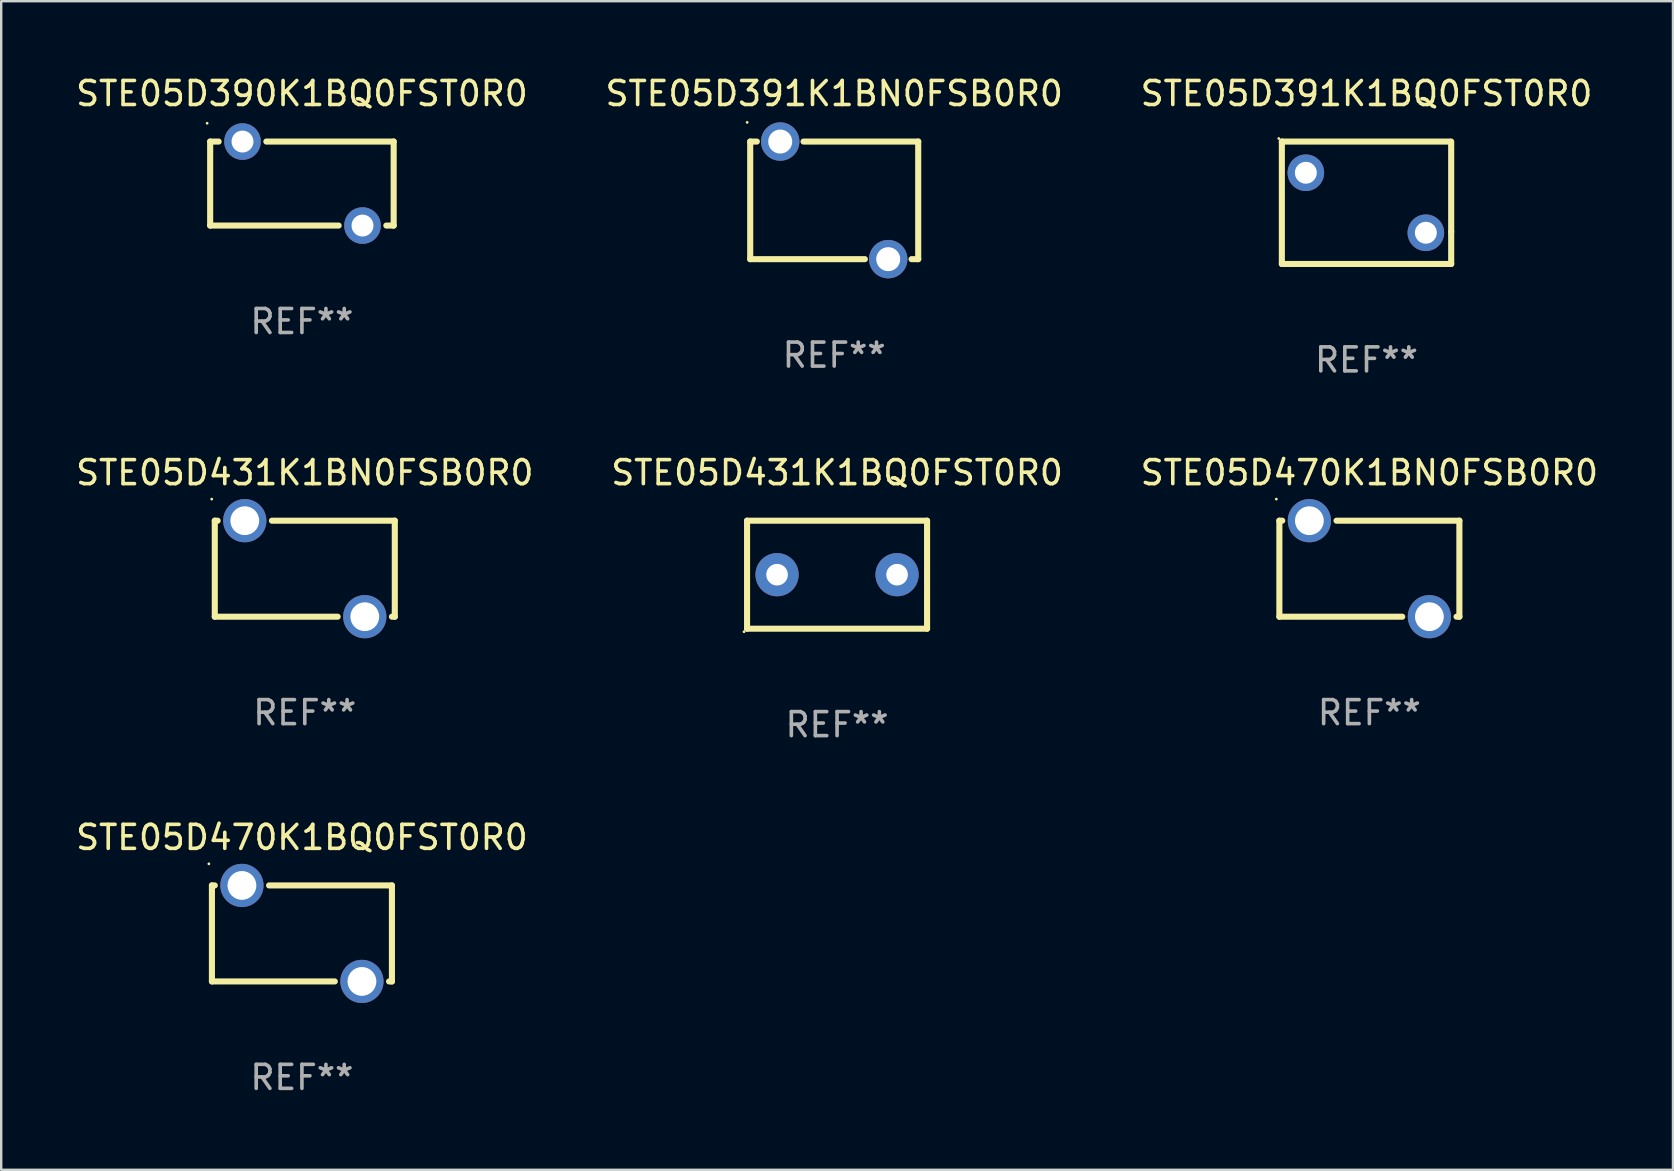
<source format=kicad_pcb>
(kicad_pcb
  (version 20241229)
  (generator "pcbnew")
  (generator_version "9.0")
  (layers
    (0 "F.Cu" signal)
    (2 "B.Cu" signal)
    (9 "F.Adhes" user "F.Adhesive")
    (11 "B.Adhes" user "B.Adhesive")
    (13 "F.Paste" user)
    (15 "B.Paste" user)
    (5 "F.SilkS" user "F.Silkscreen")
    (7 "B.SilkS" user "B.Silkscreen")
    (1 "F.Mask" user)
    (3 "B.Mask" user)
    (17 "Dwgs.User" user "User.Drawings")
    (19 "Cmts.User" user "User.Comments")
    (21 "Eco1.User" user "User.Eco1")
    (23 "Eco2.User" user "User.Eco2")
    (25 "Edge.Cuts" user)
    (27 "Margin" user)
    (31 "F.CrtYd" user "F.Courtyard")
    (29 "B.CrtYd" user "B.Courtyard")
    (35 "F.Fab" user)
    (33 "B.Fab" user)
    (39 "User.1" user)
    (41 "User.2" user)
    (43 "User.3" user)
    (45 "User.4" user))
  (footprint "STE05D431K1BN0FSB0R0"
    (layer "F.Cu")
    (at 9.649 20.645)
    (property "Reference" "STE05D431K1BN0FSB0R0" (at 0 -4 0) (layer "F.SilkS") (effects (font (size 1 1) (thickness 0.15))))
    (attr through_hole)
    (fp_line (start -3.75 -2) (end -3.631 -2) (stroke (width 0.254) (type solid)) (layer "F.SilkS"))
    (fp_line (start -3.75 2) (end -3.75 -2) (stroke (width 0.254) (type solid)) (layer "F.SilkS"))
    (fp_line (start -1.369 -2) (end 3.75 -2) (stroke (width 0.254) (type solid)) (layer "F.SilkS"))
    (fp_line (start 1.369 2) (end -3.75 2) (stroke (width 0.254) (type solid)) (layer "F.SilkS"))
    (fp_line (start 3.75 -2) (end 3.75 2) (stroke (width 0.254) (type solid)) (layer "F.SilkS"))
    (fp_line (start 3.75 2) (end 3.631 2) (stroke (width 0.254) (type solid)) (layer "F.SilkS"))
    (fp_circle (center -3.877 -2.9) (end -3.847 -2.9) (stroke (width 0.06) (type solid)) (fill no) (layer "F.SilkS"))
    (fp_text user "REF**" (at 0 6 0) (layer "F.Fab") (effects (font (size 1 1) (thickness 0.15))))
    (pad "1" thru_hole circle (at -2.5 -2) (size 1.8 1.8) (drill 1.2) (layers "*.Cu" "*.Mask"))
    (pad "2" thru_hole circle (at 2.5 2) (size 1.8 1.8) (drill 1.2) (layers "*.Cu" "*.Mask")))
  (footprint "STE05D470K1BN0FSB0R0"
    (layer "F.Cu")
    (at 54.006 20.645)
    (property "Reference" "STE05D470K1BN0FSB0R0" (at 0 -4 0) (layer "F.SilkS") (effects (font (size 1 1) (thickness 0.15))))
    (attr through_hole)
    (fp_line (start -3.75 -2) (end -3.631 -2) (stroke (width 0.254) (type solid)) (layer "F.SilkS"))
    (fp_line (start -3.75 2) (end -3.75 -2) (stroke (width 0.254) (type solid)) (layer "F.SilkS"))
    (fp_line (start -1.369 -2) (end 3.75 -2) (stroke (width 0.254) (type solid)) (layer "F.SilkS"))
    (fp_line (start 1.369 2) (end -3.75 2) (stroke (width 0.254) (type solid)) (layer "F.SilkS"))
    (fp_line (start 3.75 -2) (end 3.75 2) (stroke (width 0.254) (type solid)) (layer "F.SilkS"))
    (fp_line (start 3.75 2) (end 3.631 2) (stroke (width 0.254) (type solid)) (layer "F.SilkS"))
    (fp_circle (center -3.877 -2.9) (end -3.847 -2.9) (stroke (width 0.06) (type solid)) (fill no) (layer "F.SilkS"))
    (fp_text user "REF**" (at 0 6 0) (layer "F.Fab") (effects (font (size 1 1) (thickness 0.15))))
    (pad "1" thru_hole circle (at -2.5 -2) (size 1.8 1.8) (drill 1.2) (layers "*.Cu" "*.Mask"))
    (pad "2" thru_hole circle (at 2.5 2) (size 1.8 1.8) (drill 1.2) (layers "*.Cu" "*.Mask")))
  (footprint "STE05D391K1BQ0FST0R0"
    (layer "F.Cu")
    (at 53.887 5.398)
    (property "Reference" "STE05D391K1BQ0FST0R0" (at 0 -4.55 0) (layer "F.SilkS") (effects (font (size 1 1) (thickness 0.15))))
    (attr through_hole)
    (fp_line (start -3.528 2.55) (end 3.528 2.55) (stroke (width 0.254) (type solid)) (layer "F.SilkS"))
    (fp_line (start -3.528 -2.55) (end -3.528 2.55) (stroke (width 0.254) (type solid)) (layer "F.SilkS"))
    (fp_line (start -3.528 -2.55) (end 3.472 -2.55) (stroke (width 0.254) (type solid)) (layer "F.SilkS"))
    (fp_line (start 3.528 1.207) (end 3.528 -2.55) (stroke (width 0.254) (type solid)) (layer "F.SilkS"))
    (fp_line (start 3.528 2.55) (end 3.528 1.207) (stroke (width 0.254) (type solid)) (layer "F.SilkS"))
    (fp_circle (center -3.655 -2.677) (end -3.625 -2.677) (stroke (width 0.06) (type solid)) (fill no) (layer "F.SilkS"))
    (fp_text user "REF**" (at 0 6.55 0) (layer "F.Fab") (effects (font (size 1 1) (thickness 0.15))))
    (pad "1" thru_hole circle (at -2.528 -1.25) (size 1.524 1.524) (drill 0.914) (layers "*.Cu" "*.Mask"))
    (pad "2" thru_hole circle (at 2.472 1.25) (size 1.524 1.524) (drill 0.914) (layers "*.Cu" "*.Mask")))
  (footprint "STE05D391K1BN0FSB0R0"
    (layer "F.Cu")
    (at 31.708 5.298)
    (property "Reference" "STE05D391K1BN0FSB0R0" (at 0 -4.45 0) (layer "F.SilkS") (effects (font (size 1 1) (thickness 0.15))))
    (attr through_hole)
    (fp_line (start -3.5 -2.45) (end -3.223 -2.45) (stroke (width 0.254) (type solid)) (layer "F.SilkS"))
    (fp_line (start -3.5 2.45) (end -3.5 -2.45) (stroke (width 0.254) (type solid)) (layer "F.SilkS"))
    (fp_line (start -3.5 2.45) (end 1.277 2.45) (stroke (width 0.254) (type solid)) (layer "F.SilkS"))
    (fp_line (start -1.277 -2.45) (end 3.5 -2.45) (stroke (width 0.254) (type solid)) (layer "F.SilkS"))
    (fp_line (start 3.223 2.45) (end 3.5 2.45) (stroke (width 0.254) (type solid)) (layer "F.SilkS"))
    (fp_line (start 3.5 -2.45) (end 3.5 2.45) (stroke (width 0.254) (type solid)) (layer "F.SilkS"))
    (fp_circle (center -3.627 -3.25) (end -3.597 -3.25) (stroke (width 0.06) (type solid)) (fill no) (layer "F.SilkS"))
    (fp_text user "REF**" (at 0 6.45 0) (layer "F.Fab") (effects (font (size 1 1) (thickness 0.15))))
    (pad "1" thru_hole circle (at -2.25 -2.45) (size 1.6 1.6) (drill 1) (layers "*.Cu" "*.Mask"))
    (pad "2" thru_hole circle (at 2.25 2.45) (size 1.6 1.6) (drill 1) (layers "*.Cu" "*.Mask")))
  (footprint "STE05D390K1BQ0FST0R0"
    (layer "F.Cu")
    (at 9.53 4.598)
    (property "Reference" "STE05D390K1BQ0FST0R0" (at 0 -3.75 0) (layer "F.SilkS") (effects (font (size 1 1) (thickness 0.15))))
    (attr through_hole)
    (fp_line (start -3.823 -1.75) (end -3.47 -1.75) (stroke (width 0.254) (type solid)) (layer "F.SilkS"))
    (fp_line (start -3.823 1.75) (end -3.823 -1.75) (stroke (width 0.254) (type solid)) (layer "F.SilkS"))
    (fp_line (start -3.823 1.75) (end 1.53 1.75) (stroke (width 0.254) (type solid)) (layer "F.SilkS"))
    (fp_line (start -1.483 -1.75) (end 3.823 -1.75) (stroke (width 0.254) (type solid)) (layer "F.SilkS"))
    (fp_line (start 3.517 1.75) (end 3.823 1.75) (stroke (width 0.254) (type solid)) (layer "F.SilkS"))
    (fp_line (start 3.823 -1.75) (end 3.823 1.75) (stroke (width 0.254) (type solid)) (layer "F.SilkS"))
    (fp_circle (center -3.95 -2.512) (end -3.92 -2.512) (stroke (width 0.06) (type solid)) (fill no) (layer "F.SilkS"))
    (fp_text user "REF**" (at 0 5.75 0) (layer "F.Fab") (effects (font (size 1 1) (thickness 0.15))))
    (pad "1" thru_hole circle (at -2.476 -1.75) (size 1.524 1.524) (drill 0.914) (layers "*.Cu" "*.Mask"))
    (pad "2" thru_hole circle (at 2.524 1.75) (size 1.524 1.524) (drill 0.914) (layers "*.Cu" "*.Mask")))
  (footprint "STE05D431K1BQ0FST0R0"
    (layer "F.Cu")
    (at 31.827 20.895)
    (property "Reference" "STE05D431K1BQ0FST0R0" (at 0 -4.25 0) (layer "F.SilkS") (effects (font (size 1 1) (thickness 0.15))))
    (attr through_hole)
    (fp_line (start -3.75 -2.25) (end -3.75 2.25) (stroke (width 0.254) (type solid)) (layer "F.SilkS"))
    (fp_line (start -3.75 -2.25) (end 3.75 -2.25) (stroke (width 0.254) (type solid)) (layer "F.SilkS"))
    (fp_line (start -3.75 2.25) (end 3.75 2.25) (stroke (width 0.254) (type solid)) (layer "F.SilkS"))
    (fp_line (start 3.75 -2.25) (end 3.75 2.25) (stroke (width 0.254) (type solid)) (layer "F.SilkS"))
    (fp_circle (center -3.877 2.377) (end -3.847 2.377) (stroke (width 0.06) (type solid)) (fill no) (layer "F.SilkS"))
    (fp_text user "REF**" (at 0 6.25 0) (layer "F.Fab") (effects (font (size 1 1) (thickness 0.15))))
    (pad "1" thru_hole circle (at -2.5 0) (size 1.8 1.8) (drill 0.9) (layers "*.Cu" "*.Mask"))
    (pad "2" thru_hole circle (at 2.5 0) (size 1.8 1.8) (drill 0.9) (layers "*.Cu" "*.Mask")))
  (footprint "STE05D470K1BQ0FST0R0"
    (layer "F.Cu")
    (at 9.53 35.842)
    (property "Reference" "STE05D470K1BQ0FST0R0" (at 0 -4 0) (layer "F.SilkS") (effects (font (size 1 1) (thickness 0.15))))
    (attr through_hole)
    (fp_line (start -3.75 -2) (end -3.631 -2) (stroke (width 0.254) (type solid)) (layer "F.SilkS"))
    (fp_line (start -3.75 2) (end -3.75 -2) (stroke (width 0.254) (type solid)) (layer "F.SilkS"))
    (fp_line (start -1.369 -2) (end 3.75 -2) (stroke (width 0.254) (type solid)) (layer "F.SilkS"))
    (fp_line (start 1.369 2) (end -3.75 2) (stroke (width 0.254) (type solid)) (layer "F.SilkS"))
    (fp_line (start 3.75 -2) (end 3.75 2) (stroke (width 0.254) (type solid)) (layer "F.SilkS"))
    (fp_line (start 3.75 2) (end 3.631 2) (stroke (width 0.254) (type solid)) (layer "F.SilkS"))
    (fp_circle (center -3.877 -2.9) (end -3.847 -2.9) (stroke (width 0.06) (type solid)) (fill no) (layer "F.SilkS"))
    (fp_text user "REF**" (at 0 6 0) (layer "F.Fab") (effects (font (size 1 1) (thickness 0.15))))
    (pad "1" thru_hole circle (at -2.5 -2) (size 1.8 1.8) (drill 1.2) (layers "*.Cu" "*.Mask"))
    (pad "2" thru_hole circle (at 2.5 2) (size 1.8 1.8) (drill 1.2) (layers "*.Cu" "*.Mask")))
  (gr_rect
    (start -3 -3)
    (end 66.655 45.69)
    (stroke (width 0.1) (type default))
    (fill no)
    (layer "Edge.Cuts")))
</source>
